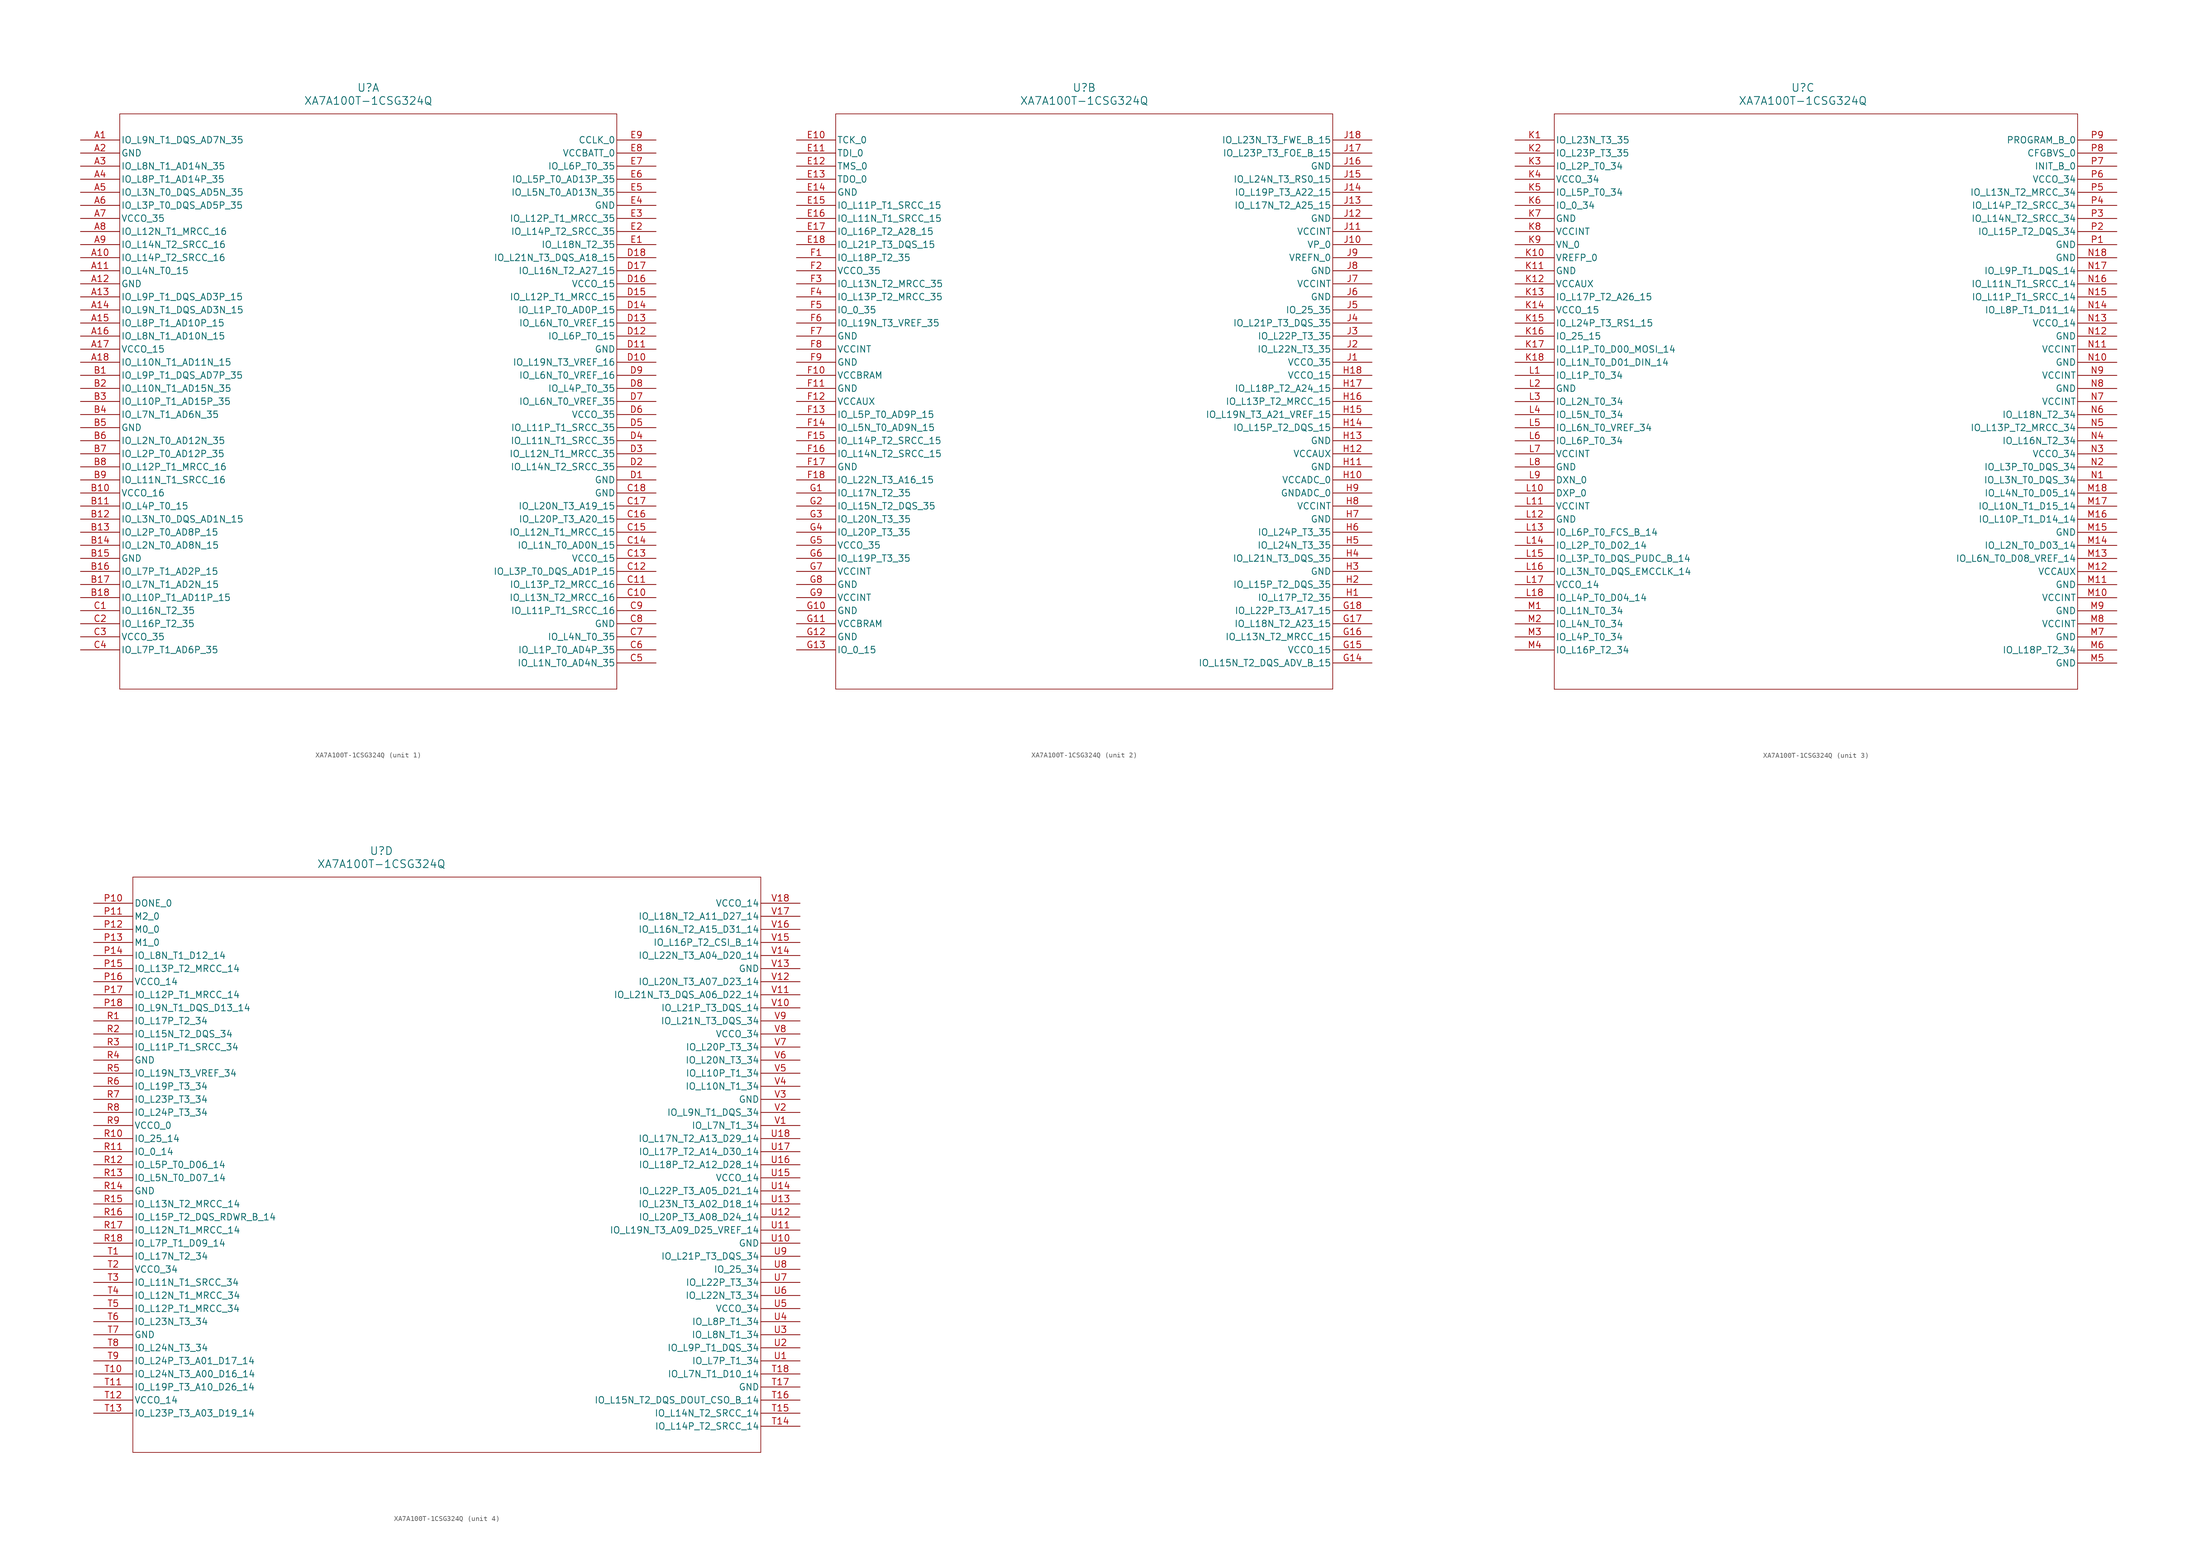
<source format=kicad_sym>
(kicad_symbol_lib
  (version 20211014)
  (generator kicad_symbol_editor)
  (symbol "XA7A100T-1CSG324Q"
    (pin_names
      (offset 0.254))
    (property "Reference" "U"
      (at 55.88 10.16 0)
      (effects (font (size 1.524 1.524))))
    (property "Value" "XA7A100T-1CSG324Q"
      (at 55.88 7.62 0)
      (effects (font (size 1.524 1.524))))
    (symbol "XA7A100T-1CSG324Q_1_1"
      (polyline (pts (xy 7.62 5.08) (xy 7.62 -106.68)) (stroke (width 0.127) (type default) (color 0 0 0 0)) (fill (type none)))
      (polyline (pts (xy 7.62 -106.68) (xy 104.14 -106.68)) (stroke (width 0.127) (type default) (color 0 0 0 0)) (fill (type none)))
      (polyline (pts (xy 104.14 -106.68) (xy 104.14 5.08)) (stroke (width 0.127) (type default) (color 0 0 0 0)) (fill (type none)))
      (polyline (pts (xy 104.14 5.08) (xy 7.62 5.08)) (stroke (width 0.127) (type default) (color 0 0 0 0)) (fill (type none)))
      (pin bidirectional line (at 0 0 0) (length 7.62) (name "IO_L9N_T1_DQS_AD7N_35" (effects (font (size 1.27 1.27)))) (number "A1" (effects (font (size 1.27 1.27)))))
      (pin power_out line (at 0 -2.54 0) (length 7.62) (name "GND" (effects (font (size 1.27 1.27)))) (number "A2" (effects (font (size 1.27 1.27)))))
      (pin bidirectional line (at 0 -5.08 0) (length 7.62) (name "IO_L8N_T1_AD14N_35" (effects (font (size 1.27 1.27)))) (number "A3" (effects (font (size 1.27 1.27)))))
      (pin bidirectional line (at 0 -7.62 0) (length 7.62) (name "IO_L8P_T1_AD14P_35" (effects (font (size 1.27 1.27)))) (number "A4" (effects (font (size 1.27 1.27)))))
      (pin bidirectional line (at 0 -10.16 0) (length 7.62) (name "IO_L3N_T0_DQS_AD5N_35" (effects (font (size 1.27 1.27)))) (number "A5" (effects (font (size 1.27 1.27)))))
      (pin bidirectional line (at 0 -12.7 0) (length 7.62) (name "IO_L3P_T0_DQS_AD5P_35" (effects (font (size 1.27 1.27)))) (number "A6" (effects (font (size 1.27 1.27)))))
      (pin power_in line (at 0 -15.24 0) (length 7.62) (name "VCCO_35" (effects (font (size 1.27 1.27)))) (number "A7" (effects (font (size 1.27 1.27)))))
      (pin bidirectional line (at 0 -17.78 0) (length 7.62) (name "IO_L12N_T1_MRCC_16" (effects (font (size 1.27 1.27)))) (number "A8" (effects (font (size 1.27 1.27)))))
      (pin bidirectional line (at 0 -20.32 0) (length 7.62) (name "IO_L14N_T2_SRCC_16" (effects (font (size 1.27 1.27)))) (number "A9" (effects (font (size 1.27 1.27)))))
      (pin bidirectional line (at 0 -22.86 0) (length 7.62) (name "IO_L14P_T2_SRCC_16" (effects (font (size 1.27 1.27)))) (number "A10" (effects (font (size 1.27 1.27)))))
      (pin bidirectional line (at 0 -25.4 0) (length 7.62) (name "IO_L4N_T0_15" (effects (font (size 1.27 1.27)))) (number "A11" (effects (font (size 1.27 1.27)))))
      (pin power_out line (at 0 -27.94 0) (length 7.62) (name "GND" (effects (font (size 1.27 1.27)))) (number "A12" (effects (font (size 1.27 1.27)))))
      (pin bidirectional line (at 0 -30.48 0) (length 7.62) (name "IO_L9P_T1_DQS_AD3P_15" (effects (font (size 1.27 1.27)))) (number "A13" (effects (font (size 1.27 1.27)))))
      (pin bidirectional line (at 0 -33.02 0) (length 7.62) (name "IO_L9N_T1_DQS_AD3N_15" (effects (font (size 1.27 1.27)))) (number "A14" (effects (font (size 1.27 1.27)))))
      (pin bidirectional line (at 0 -35.56 0) (length 7.62) (name "IO_L8P_T1_AD10P_15" (effects (font (size 1.27 1.27)))) (number "A15" (effects (font (size 1.27 1.27)))))
      (pin bidirectional line (at 0 -38.1 0) (length 7.62) (name "IO_L8N_T1_AD10N_15" (effects (font (size 1.27 1.27)))) (number "A16" (effects (font (size 1.27 1.27)))))
      (pin power_in line (at 0 -40.64 0) (length 7.62) (name "VCCO_15" (effects (font (size 1.27 1.27)))) (number "A17" (effects (font (size 1.27 1.27)))))
      (pin bidirectional line (at 0 -43.18 0) (length 7.62) (name "IO_L10N_T1_AD11N_15" (effects (font (size 1.27 1.27)))) (number "A18" (effects (font (size 1.27 1.27)))))
      (pin bidirectional line (at 0 -45.72 0) (length 7.62) (name "IO_L9P_T1_DQS_AD7P_35" (effects (font (size 1.27 1.27)))) (number "B1" (effects (font (size 1.27 1.27)))))
      (pin bidirectional line (at 0 -48.26 0) (length 7.62) (name "IO_L10N_T1_AD15N_35" (effects (font (size 1.27 1.27)))) (number "B2" (effects (font (size 1.27 1.27)))))
      (pin bidirectional line (at 0 -50.8 0) (length 7.62) (name "IO_L10P_T1_AD15P_35" (effects (font (size 1.27 1.27)))) (number "B3" (effects (font (size 1.27 1.27)))))
      (pin bidirectional line (at 0 -53.34 0) (length 7.62) (name "IO_L7N_T1_AD6N_35" (effects (font (size 1.27 1.27)))) (number "B4" (effects (font (size 1.27 1.27)))))
      (pin power_out line (at 0 -55.88 0) (length 7.62) (name "GND" (effects (font (size 1.27 1.27)))) (number "B5" (effects (font (size 1.27 1.27)))))
      (pin bidirectional line (at 0 -58.42 0) (length 7.62) (name "IO_L2N_T0_AD12N_35" (effects (font (size 1.27 1.27)))) (number "B6" (effects (font (size 1.27 1.27)))))
      (pin bidirectional line (at 0 -60.96 0) (length 7.62) (name "IO_L2P_T0_AD12P_35" (effects (font (size 1.27 1.27)))) (number "B7" (effects (font (size 1.27 1.27)))))
      (pin bidirectional line (at 0 -63.5 0) (length 7.62) (name "IO_L12P_T1_MRCC_16" (effects (font (size 1.27 1.27)))) (number "B8" (effects (font (size 1.27 1.27)))))
      (pin bidirectional line (at 0 -66.04 0) (length 7.62) (name "IO_L11N_T1_SRCC_16" (effects (font (size 1.27 1.27)))) (number "B9" (effects (font (size 1.27 1.27)))))
      (pin power_in line (at 0 -68.58 0) (length 7.62) (name "VCCO_16" (effects (font (size 1.27 1.27)))) (number "B10" (effects (font (size 1.27 1.27)))))
      (pin bidirectional line (at 0 -71.12 0) (length 7.62) (name "IO_L4P_T0_15" (effects (font (size 1.27 1.27)))) (number "B11" (effects (font (size 1.27 1.27)))))
      (pin bidirectional line (at 0 -73.66 0) (length 7.62) (name "IO_L3N_T0_DQS_AD1N_15" (effects (font (size 1.27 1.27)))) (number "B12" (effects (font (size 1.27 1.27)))))
      (pin bidirectional line (at 0 -76.2 0) (length 7.62) (name "IO_L2P_T0_AD8P_15" (effects (font (size 1.27 1.27)))) (number "B13" (effects (font (size 1.27 1.27)))))
      (pin bidirectional line (at 0 -78.74 0) (length 7.62) (name "IO_L2N_T0_AD8N_15" (effects (font (size 1.27 1.27)))) (number "B14" (effects (font (size 1.27 1.27)))))
      (pin power_out line (at 0 -81.28 0) (length 7.62) (name "GND" (effects (font (size 1.27 1.27)))) (number "B15" (effects (font (size 1.27 1.27)))))
      (pin bidirectional line (at 0 -83.82 0) (length 7.62) (name "IO_L7P_T1_AD2P_15" (effects (font (size 1.27 1.27)))) (number "B16" (effects (font (size 1.27 1.27)))))
      (pin bidirectional line (at 0 -86.36 0) (length 7.62) (name "IO_L7N_T1_AD2N_15" (effects (font (size 1.27 1.27)))) (number "B17" (effects (font (size 1.27 1.27)))))
      (pin bidirectional line (at 0 -88.9 0) (length 7.62) (name "IO_L10P_T1_AD11P_15" (effects (font (size 1.27 1.27)))) (number "B18" (effects (font (size 1.27 1.27)))))
      (pin bidirectional line (at 0 -91.44 0) (length 7.62) (name "IO_L16N_T2_35" (effects (font (size 1.27 1.27)))) (number "C1" (effects (font (size 1.27 1.27)))))
      (pin bidirectional line (at 0 -93.98 0) (length 7.62) (name "IO_L16P_T2_35" (effects (font (size 1.27 1.27)))) (number "C2" (effects (font (size 1.27 1.27)))))
      (pin power_in line (at 0 -96.52 0) (length 7.62) (name "VCCO_35" (effects (font (size 1.27 1.27)))) (number "C3" (effects (font (size 1.27 1.27)))))
      (pin bidirectional line (at 0 -99.06 0) (length 7.62) (name "IO_L7P_T1_AD6P_35" (effects (font (size 1.27 1.27)))) (number "C4" (effects (font (size 1.27 1.27)))))
      (pin bidirectional line (at 111.76 -101.6 180) (length 7.62) (name "IO_L1N_T0_AD4N_35" (effects (font (size 1.27 1.27)))) (number "C5" (effects (font (size 1.27 1.27)))))
      (pin bidirectional line (at 111.76 -99.06 180) (length 7.62) (name "IO_L1P_T0_AD4P_35" (effects (font (size 1.27 1.27)))) (number "C6" (effects (font (size 1.27 1.27)))))
      (pin bidirectional line (at 111.76 -96.52 180) (length 7.62) (name "IO_L4N_T0_35" (effects (font (size 1.27 1.27)))) (number "C7" (effects (font (size 1.27 1.27)))))
      (pin power_out line (at 111.76 -93.98 180) (length 7.62) (name "GND" (effects (font (size 1.27 1.27)))) (number "C8" (effects (font (size 1.27 1.27)))))
      (pin bidirectional line (at 111.76 -91.44 180) (length 7.62) (name "IO_L11P_T1_SRCC_16" (effects (font (size 1.27 1.27)))) (number "C9" (effects (font (size 1.27 1.27)))))
      (pin bidirectional line (at 111.76 -88.9 180) (length 7.62) (name "IO_L13N_T2_MRCC_16" (effects (font (size 1.27 1.27)))) (number "C10" (effects (font (size 1.27 1.27)))))
      (pin bidirectional line (at 111.76 -86.36 180) (length 7.62) (name "IO_L13P_T2_MRCC_16" (effects (font (size 1.27 1.27)))) (number "C11" (effects (font (size 1.27 1.27)))))
      (pin bidirectional line (at 111.76 -83.82 180) (length 7.62) (name "IO_L3P_T0_DQS_AD1P_15" (effects (font (size 1.27 1.27)))) (number "C12" (effects (font (size 1.27 1.27)))))
      (pin power_in line (at 111.76 -81.28 180) (length 7.62) (name "VCCO_15" (effects (font (size 1.27 1.27)))) (number "C13" (effects (font (size 1.27 1.27)))))
      (pin bidirectional line (at 111.76 -78.74 180) (length 7.62) (name "IO_L1N_T0_AD0N_15" (effects (font (size 1.27 1.27)))) (number "C14" (effects (font (size 1.27 1.27)))))
      (pin bidirectional line (at 111.76 -76.2 180) (length 7.62) (name "IO_L12N_T1_MRCC_15" (effects (font (size 1.27 1.27)))) (number "C15" (effects (font (size 1.27 1.27)))))
      (pin bidirectional line (at 111.76 -73.66 180) (length 7.62) (name "IO_L20P_T3_A20_15" (effects (font (size 1.27 1.27)))) (number "C16" (effects (font (size 1.27 1.27)))))
      (pin bidirectional line (at 111.76 -71.12 180) (length 7.62) (name "IO_L20N_T3_A19_15" (effects (font (size 1.27 1.27)))) (number "C17" (effects (font (size 1.27 1.27)))))
      (pin power_out line (at 111.76 -68.58 180) (length 7.62) (name "GND" (effects (font (size 1.27 1.27)))) (number "C18" (effects (font (size 1.27 1.27)))))
      (pin power_out line (at 111.76 -66.04 180) (length 7.62) (name "GND" (effects (font (size 1.27 1.27)))) (number "D1" (effects (font (size 1.27 1.27)))))
      (pin bidirectional line (at 111.76 -63.5 180) (length 7.62) (name "IO_L14N_T2_SRCC_35" (effects (font (size 1.27 1.27)))) (number "D2" (effects (font (size 1.27 1.27)))))
      (pin bidirectional line (at 111.76 -60.96 180) (length 7.62) (name "IO_L12N_T1_MRCC_35" (effects (font (size 1.27 1.27)))) (number "D3" (effects (font (size 1.27 1.27)))))
      (pin bidirectional line (at 111.76 -58.42 180) (length 7.62) (name "IO_L11N_T1_SRCC_35" (effects (font (size 1.27 1.27)))) (number "D4" (effects (font (size 1.27 1.27)))))
      (pin bidirectional line (at 111.76 -55.88 180) (length 7.62) (name "IO_L11P_T1_SRCC_35" (effects (font (size 1.27 1.27)))) (number "D5" (effects (font (size 1.27 1.27)))))
      (pin power_in line (at 111.76 -53.34 180) (length 7.62) (name "VCCO_35" (effects (font (size 1.27 1.27)))) (number "D6" (effects (font (size 1.27 1.27)))))
      (pin bidirectional line (at 111.76 -50.8 180) (length 7.62) (name "IO_L6N_T0_VREF_35" (effects (font (size 1.27 1.27)))) (number "D7" (effects (font (size 1.27 1.27)))))
      (pin bidirectional line (at 111.76 -48.26 180) (length 7.62) (name "IO_L4P_T0_35" (effects (font (size 1.27 1.27)))) (number "D8" (effects (font (size 1.27 1.27)))))
      (pin bidirectional line (at 111.76 -45.72 180) (length 7.62) (name "IO_L6N_T0_VREF_16" (effects (font (size 1.27 1.27)))) (number "D9" (effects (font (size 1.27 1.27)))))
      (pin bidirectional line (at 111.76 -43.18 180) (length 7.62) (name "IO_L19N_T3_VREF_16" (effects (font (size 1.27 1.27)))) (number "D10" (effects (font (size 1.27 1.27)))))
      (pin power_out line (at 111.76 -40.64 180) (length 7.62) (name "GND" (effects (font (size 1.27 1.27)))) (number "D11" (effects (font (size 1.27 1.27)))))
      (pin bidirectional line (at 111.76 -38.1 180) (length 7.62) (name "IO_L6P_T0_15" (effects (font (size 1.27 1.27)))) (number "D12" (effects (font (size 1.27 1.27)))))
      (pin bidirectional line (at 111.76 -35.56 180) (length 7.62) (name "IO_L6N_T0_VREF_15" (effects (font (size 1.27 1.27)))) (number "D13" (effects (font (size 1.27 1.27)))))
      (pin bidirectional line (at 111.76 -33.02 180) (length 7.62) (name "IO_L1P_T0_AD0P_15" (effects (font (size 1.27 1.27)))) (number "D14" (effects (font (size 1.27 1.27)))))
      (pin bidirectional line (at 111.76 -30.48 180) (length 7.62) (name "IO_L12P_T1_MRCC_15" (effects (font (size 1.27 1.27)))) (number "D15" (effects (font (size 1.27 1.27)))))
      (pin power_in line (at 111.76 -27.94 180) (length 7.62) (name "VCCO_15" (effects (font (size 1.27 1.27)))) (number "D16" (effects (font (size 1.27 1.27)))))
      (pin bidirectional line (at 111.76 -25.4 180) (length 7.62) (name "IO_L16N_T2_A27_15" (effects (font (size 1.27 1.27)))) (number "D17" (effects (font (size 1.27 1.27)))))
      (pin bidirectional line (at 111.76 -22.86 180) (length 7.62) (name "IO_L21N_T3_DQS_A18_15" (effects (font (size 1.27 1.27)))) (number "D18" (effects (font (size 1.27 1.27)))))
      (pin bidirectional line (at 111.76 -20.32 180) (length 7.62) (name "IO_L18N_T2_35" (effects (font (size 1.27 1.27)))) (number "E1" (effects (font (size 1.27 1.27)))))
      (pin bidirectional line (at 111.76 -17.78 180) (length 7.62) (name "IO_L14P_T2_SRCC_35" (effects (font (size 1.27 1.27)))) (number "E2" (effects (font (size 1.27 1.27)))))
      (pin bidirectional line (at 111.76 -15.24 180) (length 7.62) (name "IO_L12P_T1_MRCC_35" (effects (font (size 1.27 1.27)))) (number "E3" (effects (font (size 1.27 1.27)))))
      (pin power_out line (at 111.76 -12.7 180) (length 7.62) (name "GND" (effects (font (size 1.27 1.27)))) (number "E4" (effects (font (size 1.27 1.27)))))
      (pin bidirectional line (at 111.76 -10.16 180) (length 7.62) (name "IO_L5N_T0_AD13N_35" (effects (font (size 1.27 1.27)))) (number "E5" (effects (font (size 1.27 1.27)))))
      (pin bidirectional line (at 111.76 -7.62 180) (length 7.62) (name "IO_L5P_T0_AD13P_35" (effects (font (size 1.27 1.27)))) (number "E6" (effects (font (size 1.27 1.27)))))
      (pin bidirectional line (at 111.76 -5.08 180) (length 7.62) (name "IO_L6P_T0_35" (effects (font (size 1.27 1.27)))) (number "E7" (effects (font (size 1.27 1.27)))))
      (pin power_in line (at 111.76 -2.54 180) (length 7.62) (name "VCCBATT_0" (effects (font (size 1.27 1.27)))) (number "E8" (effects (font (size 1.27 1.27)))))
      (pin bidirectional line (at 111.76 0 180) (length 7.62) (name "CCLK_0" (effects (font (size 1.27 1.27)))) (number "E9" (effects (font (size 1.27 1.27))))))
    (symbol "XA7A100T-1CSG324Q_2_1"
      (polyline (pts (xy 7.62 5.08) (xy 7.62 -106.68)) (stroke (width 0.127) (type default) (color 0 0 0 0)) (fill (type none)))
      (polyline (pts (xy 7.62 -106.68) (xy 104.14 -106.68)) (stroke (width 0.127) (type default) (color 0 0 0 0)) (fill (type none)))
      (polyline (pts (xy 104.14 -106.68) (xy 104.14 5.08)) (stroke (width 0.127) (type default) (color 0 0 0 0)) (fill (type none)))
      (polyline (pts (xy 104.14 5.08) (xy 7.62 5.08)) (stroke (width 0.127) (type default) (color 0 0 0 0)) (fill (type none)))
      (pin input line (at 0 0 0) (length 7.62) (name "TCK_0" (effects (font (size 1.27 1.27)))) (number "E10" (effects (font (size 1.27 1.27)))))
      (pin input line (at 0 -2.54 0) (length 7.62) (name "TDI_0" (effects (font (size 1.27 1.27)))) (number "E11" (effects (font (size 1.27 1.27)))))
      (pin input line (at 0 -5.08 0) (length 7.62) (name "TMS_0" (effects (font (size 1.27 1.27)))) (number "E12" (effects (font (size 1.27 1.27)))))
      (pin output line (at 0 -7.62 0) (length 7.62) (name "TDO_0" (effects (font (size 1.27 1.27)))) (number "E13" (effects (font (size 1.27 1.27)))))
      (pin power_out line (at 0 -10.16 0) (length 7.62) (name "GND" (effects (font (size 1.27 1.27)))) (number "E14" (effects (font (size 1.27 1.27)))))
      (pin bidirectional line (at 0 -12.7 0) (length 7.62) (name "IO_L11P_T1_SRCC_15" (effects (font (size 1.27 1.27)))) (number "E15" (effects (font (size 1.27 1.27)))))
      (pin bidirectional line (at 0 -15.24 0) (length 7.62) (name "IO_L11N_T1_SRCC_15" (effects (font (size 1.27 1.27)))) (number "E16" (effects (font (size 1.27 1.27)))))
      (pin bidirectional line (at 0 -17.78 0) (length 7.62) (name "IO_L16P_T2_A28_15" (effects (font (size 1.27 1.27)))) (number "E17" (effects (font (size 1.27 1.27)))))
      (pin bidirectional line (at 0 -20.32 0) (length 7.62) (name "IO_L21P_T3_DQS_15" (effects (font (size 1.27 1.27)))) (number "E18" (effects (font (size 1.27 1.27)))))
      (pin bidirectional line (at 0 -22.86 0) (length 7.62) (name "IO_L18P_T2_35" (effects (font (size 1.27 1.27)))) (number "F1" (effects (font (size 1.27 1.27)))))
      (pin power_in line (at 0 -25.4 0) (length 7.62) (name "VCCO_35" (effects (font (size 1.27 1.27)))) (number "F2" (effects (font (size 1.27 1.27)))))
      (pin bidirectional line (at 0 -27.94 0) (length 7.62) (name "IO_L13N_T2_MRCC_35" (effects (font (size 1.27 1.27)))) (number "F3" (effects (font (size 1.27 1.27)))))
      (pin bidirectional line (at 0 -30.48 0) (length 7.62) (name "IO_L13P_T2_MRCC_35" (effects (font (size 1.27 1.27)))) (number "F4" (effects (font (size 1.27 1.27)))))
      (pin bidirectional line (at 0 -33.02 0) (length 7.62) (name "IO_0_35" (effects (font (size 1.27 1.27)))) (number "F5" (effects (font (size 1.27 1.27)))))
      (pin bidirectional line (at 0 -35.56 0) (length 7.62) (name "IO_L19N_T3_VREF_35" (effects (font (size 1.27 1.27)))) (number "F6" (effects (font (size 1.27 1.27)))))
      (pin power_out line (at 0 -38.1 0) (length 7.62) (name "GND" (effects (font (size 1.27 1.27)))) (number "F7" (effects (font (size 1.27 1.27)))))
      (pin power_in line (at 0 -40.64 0) (length 7.62) (name "VCCINT" (effects (font (size 1.27 1.27)))) (number "F8" (effects (font (size 1.27 1.27)))))
      (pin power_out line (at 0 -43.18 0) (length 7.62) (name "GND" (effects (font (size 1.27 1.27)))) (number "F9" (effects (font (size 1.27 1.27)))))
      (pin power_in line (at 0 -45.72 0) (length 7.62) (name "VCCBRAM" (effects (font (size 1.27 1.27)))) (number "F10" (effects (font (size 1.27 1.27)))))
      (pin power_out line (at 0 -48.26 0) (length 7.62) (name "GND" (effects (font (size 1.27 1.27)))) (number "F11" (effects (font (size 1.27 1.27)))))
      (pin power_in line (at 0 -50.8 0) (length 7.62) (name "VCCAUX" (effects (font (size 1.27 1.27)))) (number "F12" (effects (font (size 1.27 1.27)))))
      (pin bidirectional line (at 0 -53.34 0) (length 7.62) (name "IO_L5P_T0_AD9P_15" (effects (font (size 1.27 1.27)))) (number "F13" (effects (font (size 1.27 1.27)))))
      (pin bidirectional line (at 0 -55.88 0) (length 7.62) (name "IO_L5N_T0_AD9N_15" (effects (font (size 1.27 1.27)))) (number "F14" (effects (font (size 1.27 1.27)))))
      (pin bidirectional line (at 0 -58.42 0) (length 7.62) (name "IO_L14P_T2_SRCC_15" (effects (font (size 1.27 1.27)))) (number "F15" (effects (font (size 1.27 1.27)))))
      (pin bidirectional line (at 0 -60.96 0) (length 7.62) (name "IO_L14N_T2_SRCC_15" (effects (font (size 1.27 1.27)))) (number "F16" (effects (font (size 1.27 1.27)))))
      (pin power_out line (at 0 -63.5 0) (length 7.62) (name "GND" (effects (font (size 1.27 1.27)))) (number "F17" (effects (font (size 1.27 1.27)))))
      (pin bidirectional line (at 0 -66.04 0) (length 7.62) (name "IO_L22N_T3_A16_15" (effects (font (size 1.27 1.27)))) (number "F18" (effects (font (size 1.27 1.27)))))
      (pin bidirectional line (at 0 -68.58 0) (length 7.62) (name "IO_L17N_T2_35" (effects (font (size 1.27 1.27)))) (number "G1" (effects (font (size 1.27 1.27)))))
      (pin bidirectional line (at 0 -71.12 0) (length 7.62) (name "IO_L15N_T2_DQS_35" (effects (font (size 1.27 1.27)))) (number "G2" (effects (font (size 1.27 1.27)))))
      (pin bidirectional line (at 0 -73.66 0) (length 7.62) (name "IO_L20N_T3_35" (effects (font (size 1.27 1.27)))) (number "G3" (effects (font (size 1.27 1.27)))))
      (pin bidirectional line (at 0 -76.2 0) (length 7.62) (name "IO_L20P_T3_35" (effects (font (size 1.27 1.27)))) (number "G4" (effects (font (size 1.27 1.27)))))
      (pin power_in line (at 0 -78.74 0) (length 7.62) (name "VCCO_35" (effects (font (size 1.27 1.27)))) (number "G5" (effects (font (size 1.27 1.27)))))
      (pin bidirectional line (at 0 -81.28 0) (length 7.62) (name "IO_L19P_T3_35" (effects (font (size 1.27 1.27)))) (number "G6" (effects (font (size 1.27 1.27)))))
      (pin power_in line (at 0 -83.82 0) (length 7.62) (name "VCCINT" (effects (font (size 1.27 1.27)))) (number "G7" (effects (font (size 1.27 1.27)))))
      (pin power_out line (at 0 -86.36 0) (length 7.62) (name "GND" (effects (font (size 1.27 1.27)))) (number "G8" (effects (font (size 1.27 1.27)))))
      (pin power_in line (at 0 -88.9 0) (length 7.62) (name "VCCINT" (effects (font (size 1.27 1.27)))) (number "G9" (effects (font (size 1.27 1.27)))))
      (pin power_out line (at 0 -91.44 0) (length 7.62) (name "GND" (effects (font (size 1.27 1.27)))) (number "G10" (effects (font (size 1.27 1.27)))))
      (pin power_in line (at 0 -93.98 0) (length 7.62) (name "VCCBRAM" (effects (font (size 1.27 1.27)))) (number "G11" (effects (font (size 1.27 1.27)))))
      (pin power_out line (at 0 -96.52 0) (length 7.62) (name "GND" (effects (font (size 1.27 1.27)))) (number "G12" (effects (font (size 1.27 1.27)))))
      (pin bidirectional line (at 0 -99.06 0) (length 7.62) (name "IO_0_15" (effects (font (size 1.27 1.27)))) (number "G13" (effects (font (size 1.27 1.27)))))
      (pin bidirectional line (at 111.76 -101.6 180) (length 7.62) (name "IO_L15N_T2_DQS_ADV_B_15" (effects (font (size 1.27 1.27)))) (number "G14" (effects (font (size 1.27 1.27)))))
      (pin power_in line (at 111.76 -99.06 180) (length 7.62) (name "VCCO_15" (effects (font (size 1.27 1.27)))) (number "G15" (effects (font (size 1.27 1.27)))))
      (pin bidirectional line (at 111.76 -96.52 180) (length 7.62) (name "IO_L13N_T2_MRCC_15" (effects (font (size 1.27 1.27)))) (number "G16" (effects (font (size 1.27 1.27)))))
      (pin bidirectional line (at 111.76 -93.98 180) (length 7.62) (name "IO_L18N_T2_A23_15" (effects (font (size 1.27 1.27)))) (number "G17" (effects (font (size 1.27 1.27)))))
      (pin bidirectional line (at 111.76 -91.44 180) (length 7.62) (name "IO_L22P_T3_A17_15" (effects (font (size 1.27 1.27)))) (number "G18" (effects (font (size 1.27 1.27)))))
      (pin bidirectional line (at 111.76 -88.9 180) (length 7.62) (name "IO_L17P_T2_35" (effects (font (size 1.27 1.27)))) (number "H1" (effects (font (size 1.27 1.27)))))
      (pin bidirectional line (at 111.76 -86.36 180) (length 7.62) (name "IO_L15P_T2_DQS_35" (effects (font (size 1.27 1.27)))) (number "H2" (effects (font (size 1.27 1.27)))))
      (pin power_out line (at 111.76 -83.82 180) (length 7.62) (name "GND" (effects (font (size 1.27 1.27)))) (number "H3" (effects (font (size 1.27 1.27)))))
      (pin bidirectional line (at 111.76 -81.28 180) (length 7.62) (name "IO_L21N_T3_DQS_35" (effects (font (size 1.27 1.27)))) (number "H4" (effects (font (size 1.27 1.27)))))
      (pin bidirectional line (at 111.76 -78.74 180) (length 7.62) (name "IO_L24N_T3_35" (effects (font (size 1.27 1.27)))) (number "H5" (effects (font (size 1.27 1.27)))))
      (pin bidirectional line (at 111.76 -76.2 180) (length 7.62) (name "IO_L24P_T3_35" (effects (font (size 1.27 1.27)))) (number "H6" (effects (font (size 1.27 1.27)))))
      (pin power_out line (at 111.76 -73.66 180) (length 7.62) (name "GND" (effects (font (size 1.27 1.27)))) (number "H7" (effects (font (size 1.27 1.27)))))
      (pin power_in line (at 111.76 -71.12 180) (length 7.62) (name "VCCINT" (effects (font (size 1.27 1.27)))) (number "H8" (effects (font (size 1.27 1.27)))))
      (pin power_out line (at 111.76 -68.58 180) (length 7.62) (name "GNDADC_0" (effects (font (size 1.27 1.27)))) (number "H9" (effects (font (size 1.27 1.27)))))
      (pin power_in line (at 111.76 -66.04 180) (length 7.62) (name "VCCADC_0" (effects (font (size 1.27 1.27)))) (number "H10" (effects (font (size 1.27 1.27)))))
      (pin power_out line (at 111.76 -63.5 180) (length 7.62) (name "GND" (effects (font (size 1.27 1.27)))) (number "H11" (effects (font (size 1.27 1.27)))))
      (pin power_in line (at 111.76 -60.96 180) (length 7.62) (name "VCCAUX" (effects (font (size 1.27 1.27)))) (number "H12" (effects (font (size 1.27 1.27)))))
      (pin power_out line (at 111.76 -58.42 180) (length 7.62) (name "GND" (effects (font (size 1.27 1.27)))) (number "H13" (effects (font (size 1.27 1.27)))))
      (pin bidirectional line (at 111.76 -55.88 180) (length 7.62) (name "IO_L15P_T2_DQS_15" (effects (font (size 1.27 1.27)))) (number "H14" (effects (font (size 1.27 1.27)))))
      (pin bidirectional line (at 111.76 -53.34 180) (length 7.62) (name "IO_L19N_T3_A21_VREF_15" (effects (font (size 1.27 1.27)))) (number "H15" (effects (font (size 1.27 1.27)))))
      (pin bidirectional line (at 111.76 -50.8 180) (length 7.62) (name "IO_L13P_T2_MRCC_15" (effects (font (size 1.27 1.27)))) (number "H16" (effects (font (size 1.27 1.27)))))
      (pin bidirectional line (at 111.76 -48.26 180) (length 7.62) (name "IO_L18P_T2_A24_15" (effects (font (size 1.27 1.27)))) (number "H17" (effects (font (size 1.27 1.27)))))
      (pin power_in line (at 111.76 -45.72 180) (length 7.62) (name "VCCO_15" (effects (font (size 1.27 1.27)))) (number "H18" (effects (font (size 1.27 1.27)))))
      (pin power_in line (at 111.76 -43.18 180) (length 7.62) (name "VCCO_35" (effects (font (size 1.27 1.27)))) (number "J1" (effects (font (size 1.27 1.27)))))
      (pin bidirectional line (at 111.76 -40.64 180) (length 7.62) (name "IO_L22N_T3_35" (effects (font (size 1.27 1.27)))) (number "J2" (effects (font (size 1.27 1.27)))))
      (pin bidirectional line (at 111.76 -38.1 180) (length 7.62) (name "IO_L22P_T3_35" (effects (font (size 1.27 1.27)))) (number "J3" (effects (font (size 1.27 1.27)))))
      (pin bidirectional line (at 111.76 -35.56 180) (length 7.62) (name "IO_L21P_T3_DQS_35" (effects (font (size 1.27 1.27)))) (number "J4" (effects (font (size 1.27 1.27)))))
      (pin bidirectional line (at 111.76 -33.02 180) (length 7.62) (name "IO_25_35" (effects (font (size 1.27 1.27)))) (number "J5" (effects (font (size 1.27 1.27)))))
      (pin power_out line (at 111.76 -30.48 180) (length 7.62) (name "GND" (effects (font (size 1.27 1.27)))) (number "J6" (effects (font (size 1.27 1.27)))))
      (pin power_in line (at 111.76 -27.94 180) (length 7.62) (name "VCCINT" (effects (font (size 1.27 1.27)))) (number "J7" (effects (font (size 1.27 1.27)))))
      (pin power_out line (at 111.76 -25.4 180) (length 7.62) (name "GND" (effects (font (size 1.27 1.27)))) (number "J8" (effects (font (size 1.27 1.27)))))
      (pin power_in line (at 111.76 -22.86 180) (length 7.62) (name "VREFN_0" (effects (font (size 1.27 1.27)))) (number "J9" (effects (font (size 1.27 1.27)))))
      (pin input line (at 111.76 -20.32 180) (length 7.62) (name "VP_0" (effects (font (size 1.27 1.27)))) (number "J10" (effects (font (size 1.27 1.27)))))
      (pin power_in line (at 111.76 -17.78 180) (length 7.62) (name "VCCINT" (effects (font (size 1.27 1.27)))) (number "J11" (effects (font (size 1.27 1.27)))))
      (pin power_out line (at 111.76 -15.24 180) (length 7.62) (name "GND" (effects (font (size 1.27 1.27)))) (number "J12" (effects (font (size 1.27 1.27)))))
      (pin bidirectional line (at 111.76 -12.7 180) (length 7.62) (name "IO_L17N_T2_A25_15" (effects (font (size 1.27 1.27)))) (number "J13" (effects (font (size 1.27 1.27)))))
      (pin bidirectional line (at 111.76 -10.16 180) (length 7.62) (name "IO_L19P_T3_A22_15" (effects (font (size 1.27 1.27)))) (number "J14" (effects (font (size 1.27 1.27)))))
      (pin bidirectional line (at 111.76 -7.62 180) (length 7.62) (name "IO_L24N_T3_RS0_15" (effects (font (size 1.27 1.27)))) (number "J15" (effects (font (size 1.27 1.27)))))
      (pin power_out line (at 111.76 -5.08 180) (length 7.62) (name "GND" (effects (font (size 1.27 1.27)))) (number "J16" (effects (font (size 1.27 1.27)))))
      (pin bidirectional line (at 111.76 -2.54 180) (length 7.62) (name "IO_L23P_T3_FOE_B_15" (effects (font (size 1.27 1.27)))) (number "J17" (effects (font (size 1.27 1.27)))))
      (pin bidirectional line (at 111.76 0 180) (length 7.62) (name "IO_L23N_T3_FWE_B_15" (effects (font (size 1.27 1.27)))) (number "J18" (effects (font (size 1.27 1.27))))))
    (symbol "XA7A100T-1CSG324Q_3_1"
      (polyline (pts (xy 7.62 5.08) (xy 7.62 -106.68)) (stroke (width 0.127) (type default) (color 0 0 0 0)) (fill (type none)))
      (polyline (pts (xy 7.62 -106.68) (xy 109.22 -106.68)) (stroke (width 0.127) (type default) (color 0 0 0 0)) (fill (type none)))
      (polyline (pts (xy 109.22 -106.68) (xy 109.22 5.08)) (stroke (width 0.127) (type default) (color 0 0 0 0)) (fill (type none)))
      (polyline (pts (xy 109.22 5.08) (xy 7.62 5.08)) (stroke (width 0.127) (type default) (color 0 0 0 0)) (fill (type none)))
      (pin bidirectional line (at 0 0 0) (length 7.62) (name "IO_L23N_T3_35" (effects (font (size 1.27 1.27)))) (number "K1" (effects (font (size 1.27 1.27)))))
      (pin bidirectional line (at 0 -2.54 0) (length 7.62) (name "IO_L23P_T3_35" (effects (font (size 1.27 1.27)))) (number "K2" (effects (font (size 1.27 1.27)))))
      (pin bidirectional line (at 0 -5.08 0) (length 7.62) (name "IO_L2P_T0_34" (effects (font (size 1.27 1.27)))) (number "K3" (effects (font (size 1.27 1.27)))))
      (pin power_in line (at 0 -7.62 0) (length 7.62) (name "VCCO_34" (effects (font (size 1.27 1.27)))) (number "K4" (effects (font (size 1.27 1.27)))))
      (pin bidirectional line (at 0 -10.16 0) (length 7.62) (name "IO_L5P_T0_34" (effects (font (size 1.27 1.27)))) (number "K5" (effects (font (size 1.27 1.27)))))
      (pin bidirectional line (at 0 -12.7 0) (length 7.62) (name "IO_0_34" (effects (font (size 1.27 1.27)))) (number "K6" (effects (font (size 1.27 1.27)))))
      (pin power_out line (at 0 -15.24 0) (length 7.62) (name "GND" (effects (font (size 1.27 1.27)))) (number "K7" (effects (font (size 1.27 1.27)))))
      (pin power_in line (at 0 -17.78 0) (length 7.62) (name "VCCINT" (effects (font (size 1.27 1.27)))) (number "K8" (effects (font (size 1.27 1.27)))))
      (pin input line (at 0 -20.32 0) (length 7.62) (name "VN_0" (effects (font (size 1.27 1.27)))) (number "K9" (effects (font (size 1.27 1.27)))))
      (pin power_in line (at 0 -22.86 0) (length 7.62) (name "VREFP_0" (effects (font (size 1.27 1.27)))) (number "K10" (effects (font (size 1.27 1.27)))))
      (pin power_out line (at 0 -25.4 0) (length 7.62) (name "GND" (effects (font (size 1.27 1.27)))) (number "K11" (effects (font (size 1.27 1.27)))))
      (pin power_in line (at 0 -27.94 0) (length 7.62) (name "VCCAUX" (effects (font (size 1.27 1.27)))) (number "K12" (effects (font (size 1.27 1.27)))))
      (pin bidirectional line (at 0 -30.48 0) (length 7.62) (name "IO_L17P_T2_A26_15" (effects (font (size 1.27 1.27)))) (number "K13" (effects (font (size 1.27 1.27)))))
      (pin power_in line (at 0 -33.02 0) (length 7.62) (name "VCCO_15" (effects (font (size 1.27 1.27)))) (number "K14" (effects (font (size 1.27 1.27)))))
      (pin bidirectional line (at 0 -35.56 0) (length 7.62) (name "IO_L24P_T3_RS1_15" (effects (font (size 1.27 1.27)))) (number "K15" (effects (font (size 1.27 1.27)))))
      (pin bidirectional line (at 0 -38.1 0) (length 7.62) (name "IO_25_15" (effects (font (size 1.27 1.27)))) (number "K16" (effects (font (size 1.27 1.27)))))
      (pin bidirectional line (at 0 -40.64 0) (length 7.62) (name "IO_L1P_T0_D00_MOSI_14" (effects (font (size 1.27 1.27)))) (number "K17" (effects (font (size 1.27 1.27)))))
      (pin bidirectional line (at 0 -43.18 0) (length 7.62) (name "IO_L1N_T0_D01_DIN_14" (effects (font (size 1.27 1.27)))) (number "K18" (effects (font (size 1.27 1.27)))))
      (pin bidirectional line (at 0 -45.72 0) (length 7.62) (name "IO_L1P_T0_34" (effects (font (size 1.27 1.27)))) (number "L1" (effects (font (size 1.27 1.27)))))
      (pin power_out line (at 0 -48.26 0) (length 7.62) (name "GND" (effects (font (size 1.27 1.27)))) (number "L2" (effects (font (size 1.27 1.27)))))
      (pin bidirectional line (at 0 -50.8 0) (length 7.62) (name "IO_L2N_T0_34" (effects (font (size 1.27 1.27)))) (number "L3" (effects (font (size 1.27 1.27)))))
      (pin bidirectional line (at 0 -53.34 0) (length 7.62) (name "IO_L5N_T0_34" (effects (font (size 1.27 1.27)))) (number "L4" (effects (font (size 1.27 1.27)))))
      (pin bidirectional line (at 0 -55.88 0) (length 7.62) (name "IO_L6N_T0_VREF_34" (effects (font (size 1.27 1.27)))) (number "L5" (effects (font (size 1.27 1.27)))))
      (pin bidirectional line (at 0 -58.42 0) (length 7.62) (name "IO_L6P_T0_34" (effects (font (size 1.27 1.27)))) (number "L6" (effects (font (size 1.27 1.27)))))
      (pin power_in line (at 0 -60.96 0) (length 7.62) (name "VCCINT" (effects (font (size 1.27 1.27)))) (number "L7" (effects (font (size 1.27 1.27)))))
      (pin power_out line (at 0 -63.5 0) (length 7.62) (name "GND" (effects (font (size 1.27 1.27)))) (number "L8" (effects (font (size 1.27 1.27)))))
      (pin unspecified line (at 0 -66.04 0) (length 7.62) (name "DXN_0" (effects (font (size 1.27 1.27)))) (number "L9" (effects (font (size 1.27 1.27)))))
      (pin unspecified line (at 0 -68.58 0) (length 7.62) (name "DXP_0" (effects (font (size 1.27 1.27)))) (number "L10" (effects (font (size 1.27 1.27)))))
      (pin power_in line (at 0 -71.12 0) (length 7.62) (name "VCCINT" (effects (font (size 1.27 1.27)))) (number "L11" (effects (font (size 1.27 1.27)))))
      (pin power_out line (at 0 -73.66 0) (length 7.62) (name "GND" (effects (font (size 1.27 1.27)))) (number "L12" (effects (font (size 1.27 1.27)))))
      (pin bidirectional line (at 0 -76.2 0) (length 7.62) (name "IO_L6P_T0_FCS_B_14" (effects (font (size 1.27 1.27)))) (number "L13" (effects (font (size 1.27 1.27)))))
      (pin bidirectional line (at 0 -78.74 0) (length 7.62) (name "IO_L2P_T0_D02_14" (effects (font (size 1.27 1.27)))) (number "L14" (effects (font (size 1.27 1.27)))))
      (pin bidirectional line (at 0 -81.28 0) (length 7.62) (name "IO_L3P_T0_DQS_PUDC_B_14" (effects (font (size 1.27 1.27)))) (number "L15" (effects (font (size 1.27 1.27)))))
      (pin bidirectional line (at 0 -83.82 0) (length 7.62) (name "IO_L3N_T0_DQS_EMCCLK_14" (effects (font (size 1.27 1.27)))) (number "L16" (effects (font (size 1.27 1.27)))))
      (pin power_in line (at 0 -86.36 0) (length 7.62) (name "VCCO_14" (effects (font (size 1.27 1.27)))) (number "L17" (effects (font (size 1.27 1.27)))))
      (pin bidirectional line (at 0 -88.9 0) (length 7.62) (name "IO_L4P_T0_D04_14" (effects (font (size 1.27 1.27)))) (number "L18" (effects (font (size 1.27 1.27)))))
      (pin bidirectional line (at 0 -91.44 0) (length 7.62) (name "IO_L1N_T0_34" (effects (font (size 1.27 1.27)))) (number "M1" (effects (font (size 1.27 1.27)))))
      (pin bidirectional line (at 0 -93.98 0) (length 7.62) (name "IO_L4N_T0_34" (effects (font (size 1.27 1.27)))) (number "M2" (effects (font (size 1.27 1.27)))))
      (pin bidirectional line (at 0 -96.52 0) (length 7.62) (name "IO_L4P_T0_34" (effects (font (size 1.27 1.27)))) (number "M3" (effects (font (size 1.27 1.27)))))
      (pin bidirectional line (at 0 -99.06 0) (length 7.62) (name "IO_L16P_T2_34" (effects (font (size 1.27 1.27)))) (number "M4" (effects (font (size 1.27 1.27)))))
      (pin power_out line (at 116.84 -101.6 180) (length 7.62) (name "GND" (effects (font (size 1.27 1.27)))) (number "M5" (effects (font (size 1.27 1.27)))))
      (pin bidirectional line (at 116.84 -99.06 180) (length 7.62) (name "IO_L18P_T2_34" (effects (font (size 1.27 1.27)))) (number "M6" (effects (font (size 1.27 1.27)))))
      (pin power_out line (at 116.84 -96.52 180) (length 7.62) (name "GND" (effects (font (size 1.27 1.27)))) (number "M7" (effects (font (size 1.27 1.27)))))
      (pin power_in line (at 116.84 -93.98 180) (length 7.62) (name "VCCINT" (effects (font (size 1.27 1.27)))) (number "M8" (effects (font (size 1.27 1.27)))))
      (pin power_out line (at 116.84 -91.44 180) (length 7.62) (name "GND" (effects (font (size 1.27 1.27)))) (number "M9" (effects (font (size 1.27 1.27)))))
      (pin power_in line (at 116.84 -88.9 180) (length 7.62) (name "VCCINT" (effects (font (size 1.27 1.27)))) (number "M10" (effects (font (size 1.27 1.27)))))
      (pin power_out line (at 116.84 -86.36 180) (length 7.62) (name "GND" (effects (font (size 1.27 1.27)))) (number "M11" (effects (font (size 1.27 1.27)))))
      (pin power_in line (at 116.84 -83.82 180) (length 7.62) (name "VCCAUX" (effects (font (size 1.27 1.27)))) (number "M12" (effects (font (size 1.27 1.27)))))
      (pin bidirectional line (at 116.84 -81.28 180) (length 7.62) (name "IO_L6N_T0_D08_VREF_14" (effects (font (size 1.27 1.27)))) (number "M13" (effects (font (size 1.27 1.27)))))
      (pin bidirectional line (at 116.84 -78.74 180) (length 7.62) (name "IO_L2N_T0_D03_14" (effects (font (size 1.27 1.27)))) (number "M14" (effects (font (size 1.27 1.27)))))
      (pin power_out line (at 116.84 -76.2 180) (length 7.62) (name "GND" (effects (font (size 1.27 1.27)))) (number "M15" (effects (font (size 1.27 1.27)))))
      (pin bidirectional line (at 116.84 -73.66 180) (length 7.62) (name "IO_L10P_T1_D14_14" (effects (font (size 1.27 1.27)))) (number "M16" (effects (font (size 1.27 1.27)))))
      (pin bidirectional line (at 116.84 -71.12 180) (length 7.62) (name "IO_L10N_T1_D15_14" (effects (font (size 1.27 1.27)))) (number "M17" (effects (font (size 1.27 1.27)))))
      (pin bidirectional line (at 116.84 -68.58 180) (length 7.62) (name "IO_L4N_T0_D05_14" (effects (font (size 1.27 1.27)))) (number "M18" (effects (font (size 1.27 1.27)))))
      (pin bidirectional line (at 116.84 -66.04 180) (length 7.62) (name "IO_L3N_T0_DQS_34" (effects (font (size 1.27 1.27)))) (number "N1" (effects (font (size 1.27 1.27)))))
      (pin bidirectional line (at 116.84 -63.5 180) (length 7.62) (name "IO_L3P_T0_DQS_34" (effects (font (size 1.27 1.27)))) (number "N2" (effects (font (size 1.27 1.27)))))
      (pin power_in line (at 116.84 -60.96 180) (length 7.62) (name "VCCO_34" (effects (font (size 1.27 1.27)))) (number "N3" (effects (font (size 1.27 1.27)))))
      (pin bidirectional line (at 116.84 -58.42 180) (length 7.62) (name "IO_L16N_T2_34" (effects (font (size 1.27 1.27)))) (number "N4" (effects (font (size 1.27 1.27)))))
      (pin bidirectional line (at 116.84 -55.88 180) (length 7.62) (name "IO_L13P_T2_MRCC_34" (effects (font (size 1.27 1.27)))) (number "N5" (effects (font (size 1.27 1.27)))))
      (pin bidirectional line (at 116.84 -53.34 180) (length 7.62) (name "IO_L18N_T2_34" (effects (font (size 1.27 1.27)))) (number "N6" (effects (font (size 1.27 1.27)))))
      (pin power_in line (at 116.84 -50.8 180) (length 7.62) (name "VCCINT" (effects (font (size 1.27 1.27)))) (number "N7" (effects (font (size 1.27 1.27)))))
      (pin power_out line (at 116.84 -48.26 180) (length 7.62) (name "GND" (effects (font (size 1.27 1.27)))) (number "N8" (effects (font (size 1.27 1.27)))))
      (pin power_in line (at 116.84 -45.72 180) (length 7.62) (name "VCCINT" (effects (font (size 1.27 1.27)))) (number "N9" (effects (font (size 1.27 1.27)))))
      (pin power_out line (at 116.84 -43.18 180) (length 7.62) (name "GND" (effects (font (size 1.27 1.27)))) (number "N10" (effects (font (size 1.27 1.27)))))
      (pin power_in line (at 116.84 -40.64 180) (length 7.62) (name "VCCINT" (effects (font (size 1.27 1.27)))) (number "N11" (effects (font (size 1.27 1.27)))))
      (pin power_out line (at 116.84 -38.1 180) (length 7.62) (name "GND" (effects (font (size 1.27 1.27)))) (number "N12" (effects (font (size 1.27 1.27)))))
      (pin power_in line (at 116.84 -35.56 180) (length 7.62) (name "VCCO_14" (effects (font (size 1.27 1.27)))) (number "N13" (effects (font (size 1.27 1.27)))))
      (pin bidirectional line (at 116.84 -33.02 180) (length 7.62) (name "IO_L8P_T1_D11_14" (effects (font (size 1.27 1.27)))) (number "N14" (effects (font (size 1.27 1.27)))))
      (pin bidirectional line (at 116.84 -30.48 180) (length 7.62) (name "IO_L11P_T1_SRCC_14" (effects (font (size 1.27 1.27)))) (number "N15" (effects (font (size 1.27 1.27)))))
      (pin bidirectional line (at 116.84 -27.94 180) (length 7.62) (name "IO_L11N_T1_SRCC_14" (effects (font (size 1.27 1.27)))) (number "N16" (effects (font (size 1.27 1.27)))))
      (pin bidirectional line (at 116.84 -25.4 180) (length 7.62) (name "IO_L9P_T1_DQS_14" (effects (font (size 1.27 1.27)))) (number "N17" (effects (font (size 1.27 1.27)))))
      (pin power_out line (at 116.84 -22.86 180) (length 7.62) (name "GND" (effects (font (size 1.27 1.27)))) (number "N18" (effects (font (size 1.27 1.27)))))
      (pin power_out line (at 116.84 -20.32 180) (length 7.62) (name "GND" (effects (font (size 1.27 1.27)))) (number "P1" (effects (font (size 1.27 1.27)))))
      (pin bidirectional line (at 116.84 -17.78 180) (length 7.62) (name "IO_L15P_T2_DQS_34" (effects (font (size 1.27 1.27)))) (number "P2" (effects (font (size 1.27 1.27)))))
      (pin bidirectional line (at 116.84 -15.24 180) (length 7.62) (name "IO_L14N_T2_SRCC_34" (effects (font (size 1.27 1.27)))) (number "P3" (effects (font (size 1.27 1.27)))))
      (pin bidirectional line (at 116.84 -12.7 180) (length 7.62) (name "IO_L14P_T2_SRCC_34" (effects (font (size 1.27 1.27)))) (number "P4" (effects (font (size 1.27 1.27)))))
      (pin bidirectional line (at 116.84 -10.16 180) (length 7.62) (name "IO_L13N_T2_MRCC_34" (effects (font (size 1.27 1.27)))) (number "P5" (effects (font (size 1.27 1.27)))))
      (pin power_in line (at 116.84 -7.62 180) (length 7.62) (name "VCCO_34" (effects (font (size 1.27 1.27)))) (number "P6" (effects (font (size 1.27 1.27)))))
      (pin bidirectional line (at 116.84 -5.08 180) (length 7.62) (name "INIT_B_0" (effects (font (size 1.27 1.27)))) (number "P7" (effects (font (size 1.27 1.27)))))
      (pin input line (at 116.84 -2.54 180) (length 7.62) (name "CFGBVS_0" (effects (font (size 1.27 1.27)))) (number "P8" (effects (font (size 1.27 1.27)))))
      (pin input line (at 116.84 0 180) (length 7.62) (name "PROGRAM_B_0" (effects (font (size 1.27 1.27)))) (number "P9" (effects (font (size 1.27 1.27))))))
    (symbol "XA7A100T-1CSG324Q_4_1"
      (polyline (pts (xy 7.62 5.08) (xy 7.62 -106.68)) (stroke (width 0.127) (type default) (color 0 0 0 0)) (fill (type none)))
      (polyline (pts (xy 7.62 -106.68) (xy 129.54 -106.68)) (stroke (width 0.127) (type default) (color 0 0 0 0)) (fill (type none)))
      (polyline (pts (xy 129.54 -106.68) (xy 129.54 5.08)) (stroke (width 0.127) (type default) (color 0 0 0 0)) (fill (type none)))
      (polyline (pts (xy 129.54 5.08) (xy 7.62 5.08)) (stroke (width 0.127) (type default) (color 0 0 0 0)) (fill (type none)))
      (pin bidirectional line (at 0 0 0) (length 7.62) (name "DONE_0" (effects (font (size 1.27 1.27)))) (number "P10" (effects (font (size 1.27 1.27)))))
      (pin input line (at 0 -2.54 0) (length 7.62) (name "M2_0" (effects (font (size 1.27 1.27)))) (number "P11" (effects (font (size 1.27 1.27)))))
      (pin input line (at 0 -5.08 0) (length 7.62) (name "M0_0" (effects (font (size 1.27 1.27)))) (number "P12" (effects (font (size 1.27 1.27)))))
      (pin input line (at 0 -7.62 0) (length 7.62) (name "M1_0" (effects (font (size 1.27 1.27)))) (number "P13" (effects (font (size 1.27 1.27)))))
      (pin bidirectional line (at 0 -10.16 0) (length 7.62) (name "IO_L8N_T1_D12_14" (effects (font (size 1.27 1.27)))) (number "P14" (effects (font (size 1.27 1.27)))))
      (pin bidirectional line (at 0 -12.7 0) (length 7.62) (name "IO_L13P_T2_MRCC_14" (effects (font (size 1.27 1.27)))) (number "P15" (effects (font (size 1.27 1.27)))))
      (pin power_in line (at 0 -15.24 0) (length 7.62) (name "VCCO_14" (effects (font (size 1.27 1.27)))) (number "P16" (effects (font (size 1.27 1.27)))))
      (pin bidirectional line (at 0 -17.78 0) (length 7.62) (name "IO_L12P_T1_MRCC_14" (effects (font (size 1.27 1.27)))) (number "P17" (effects (font (size 1.27 1.27)))))
      (pin bidirectional line (at 0 -20.32 0) (length 7.62) (name "IO_L9N_T1_DQS_D13_14" (effects (font (size 1.27 1.27)))) (number "P18" (effects (font (size 1.27 1.27)))))
      (pin bidirectional line (at 0 -22.86 0) (length 7.62) (name "IO_L17P_T2_34" (effects (font (size 1.27 1.27)))) (number "R1" (effects (font (size 1.27 1.27)))))
      (pin bidirectional line (at 0 -25.4 0) (length 7.62) (name "IO_L15N_T2_DQS_34" (effects (font (size 1.27 1.27)))) (number "R2" (effects (font (size 1.27 1.27)))))
      (pin bidirectional line (at 0 -27.94 0) (length 7.62) (name "IO_L11P_T1_SRCC_34" (effects (font (size 1.27 1.27)))) (number "R3" (effects (font (size 1.27 1.27)))))
      (pin power_out line (at 0 -30.48 0) (length 7.62) (name "GND" (effects (font (size 1.27 1.27)))) (number "R4" (effects (font (size 1.27 1.27)))))
      (pin bidirectional line (at 0 -33.02 0) (length 7.62) (name "IO_L19N_T3_VREF_34" (effects (font (size 1.27 1.27)))) (number "R5" (effects (font (size 1.27 1.27)))))
      (pin bidirectional line (at 0 -35.56 0) (length 7.62) (name "IO_L19P_T3_34" (effects (font (size 1.27 1.27)))) (number "R6" (effects (font (size 1.27 1.27)))))
      (pin bidirectional line (at 0 -38.1 0) (length 7.62) (name "IO_L23P_T3_34" (effects (font (size 1.27 1.27)))) (number "R7" (effects (font (size 1.27 1.27)))))
      (pin bidirectional line (at 0 -40.64 0) (length 7.62) (name "IO_L24P_T3_34" (effects (font (size 1.27 1.27)))) (number "R8" (effects (font (size 1.27 1.27)))))
      (pin power_in line (at 0 -43.18 0) (length 7.62) (name "VCCO_0" (effects (font (size 1.27 1.27)))) (number "R9" (effects (font (size 1.27 1.27)))))
      (pin bidirectional line (at 0 -45.72 0) (length 7.62) (name "IO_25_14" (effects (font (size 1.27 1.27)))) (number "R10" (effects (font (size 1.27 1.27)))))
      (pin bidirectional line (at 0 -48.26 0) (length 7.62) (name "IO_0_14" (effects (font (size 1.27 1.27)))) (number "R11" (effects (font (size 1.27 1.27)))))
      (pin bidirectional line (at 0 -50.8 0) (length 7.62) (name "IO_L5P_T0_D06_14" (effects (font (size 1.27 1.27)))) (number "R12" (effects (font (size 1.27 1.27)))))
      (pin bidirectional line (at 0 -53.34 0) (length 7.62) (name "IO_L5N_T0_D07_14" (effects (font (size 1.27 1.27)))) (number "R13" (effects (font (size 1.27 1.27)))))
      (pin power_out line (at 0 -55.88 0) (length 7.62) (name "GND" (effects (font (size 1.27 1.27)))) (number "R14" (effects (font (size 1.27 1.27)))))
      (pin bidirectional line (at 0 -58.42 0) (length 7.62) (name "IO_L13N_T2_MRCC_14" (effects (font (size 1.27 1.27)))) (number "R15" (effects (font (size 1.27 1.27)))))
      (pin bidirectional line (at 0 -60.96 0) (length 7.62) (name "IO_L15P_T2_DQS_RDWR_B_14" (effects (font (size 1.27 1.27)))) (number "R16" (effects (font (size 1.27 1.27)))))
      (pin bidirectional line (at 0 -63.5 0) (length 7.62) (name "IO_L12N_T1_MRCC_14" (effects (font (size 1.27 1.27)))) (number "R17" (effects (font (size 1.27 1.27)))))
      (pin bidirectional line (at 0 -66.04 0) (length 7.62) (name "IO_L7P_T1_D09_14" (effects (font (size 1.27 1.27)))) (number "R18" (effects (font (size 1.27 1.27)))))
      (pin bidirectional line (at 0 -68.58 0) (length 7.62) (name "IO_L17N_T2_34" (effects (font (size 1.27 1.27)))) (number "T1" (effects (font (size 1.27 1.27)))))
      (pin power_in line (at 0 -71.12 0) (length 7.62) (name "VCCO_34" (effects (font (size 1.27 1.27)))) (number "T2" (effects (font (size 1.27 1.27)))))
      (pin bidirectional line (at 0 -73.66 0) (length 7.62) (name "IO_L11N_T1_SRCC_34" (effects (font (size 1.27 1.27)))) (number "T3" (effects (font (size 1.27 1.27)))))
      (pin bidirectional line (at 0 -76.2 0) (length 7.62) (name "IO_L12N_T1_MRCC_34" (effects (font (size 1.27 1.27)))) (number "T4" (effects (font (size 1.27 1.27)))))
      (pin bidirectional line (at 0 -78.74 0) (length 7.62) (name "IO_L12P_T1_MRCC_34" (effects (font (size 1.27 1.27)))) (number "T5" (effects (font (size 1.27 1.27)))))
      (pin bidirectional line (at 0 -81.28 0) (length 7.62) (name "IO_L23N_T3_34" (effects (font (size 1.27 1.27)))) (number "T6" (effects (font (size 1.27 1.27)))))
      (pin power_out line (at 0 -83.82 0) (length 7.62) (name "GND" (effects (font (size 1.27 1.27)))) (number "T7" (effects (font (size 1.27 1.27)))))
      (pin bidirectional line (at 0 -86.36 0) (length 7.62) (name "IO_L24N_T3_34" (effects (font (size 1.27 1.27)))) (number "T8" (effects (font (size 1.27 1.27)))))
      (pin bidirectional line (at 0 -88.9 0) (length 7.62) (name "IO_L24P_T3_A01_D17_14" (effects (font (size 1.27 1.27)))) (number "T9" (effects (font (size 1.27 1.27)))))
      (pin bidirectional line (at 0 -91.44 0) (length 7.62) (name "IO_L24N_T3_A00_D16_14" (effects (font (size 1.27 1.27)))) (number "T10" (effects (font (size 1.27 1.27)))))
      (pin bidirectional line (at 0 -93.98 0) (length 7.62) (name "IO_L19P_T3_A10_D26_14" (effects (font (size 1.27 1.27)))) (number "T11" (effects (font (size 1.27 1.27)))))
      (pin power_in line (at 0 -96.52 0) (length 7.62) (name "VCCO_14" (effects (font (size 1.27 1.27)))) (number "T12" (effects (font (size 1.27 1.27)))))
      (pin bidirectional line (at 0 -99.06 0) (length 7.62) (name "IO_L23P_T3_A03_D19_14" (effects (font (size 1.27 1.27)))) (number "T13" (effects (font (size 1.27 1.27)))))
      (pin bidirectional line (at 137.16 -101.6 180) (length 7.62) (name "IO_L14P_T2_SRCC_14" (effects (font (size 1.27 1.27)))) (number "T14" (effects (font (size 1.27 1.27)))))
      (pin bidirectional line (at 137.16 -99.06 180) (length 7.62) (name "IO_L14N_T2_SRCC_14" (effects (font (size 1.27 1.27)))) (number "T15" (effects (font (size 1.27 1.27)))))
      (pin bidirectional line (at 137.16 -96.52 180) (length 7.62) (name "IO_L15N_T2_DQS_DOUT_CSO_B_14" (effects (font (size 1.27 1.27)))) (number "T16" (effects (font (size 1.27 1.27)))))
      (pin power_out line (at 137.16 -93.98 180) (length 7.62) (name "GND" (effects (font (size 1.27 1.27)))) (number "T17" (effects (font (size 1.27 1.27)))))
      (pin bidirectional line (at 137.16 -91.44 180) (length 7.62) (name "IO_L7N_T1_D10_14" (effects (font (size 1.27 1.27)))) (number "T18" (effects (font (size 1.27 1.27)))))
      (pin bidirectional line (at 137.16 -88.9 180) (length 7.62) (name "IO_L7P_T1_34" (effects (font (size 1.27 1.27)))) (number "U1" (effects (font (size 1.27 1.27)))))
      (pin bidirectional line (at 137.16 -86.36 180) (length 7.62) (name "IO_L9P_T1_DQS_34" (effects (font (size 1.27 1.27)))) (number "U2" (effects (font (size 1.27 1.27)))))
      (pin bidirectional line (at 137.16 -83.82 180) (length 7.62) (name "IO_L8N_T1_34" (effects (font (size 1.27 1.27)))) (number "U3" (effects (font (size 1.27 1.27)))))
      (pin bidirectional line (at 137.16 -81.28 180) (length 7.62) (name "IO_L8P_T1_34" (effects (font (size 1.27 1.27)))) (number "U4" (effects (font (size 1.27 1.27)))))
      (pin power_in line (at 137.16 -78.74 180) (length 7.62) (name "VCCO_34" (effects (font (size 1.27 1.27)))) (number "U5" (effects (font (size 1.27 1.27)))))
      (pin bidirectional line (at 137.16 -76.2 180) (length 7.62) (name "IO_L22N_T3_34" (effects (font (size 1.27 1.27)))) (number "U6" (effects (font (size 1.27 1.27)))))
      (pin bidirectional line (at 137.16 -73.66 180) (length 7.62) (name "IO_L22P_T3_34" (effects (font (size 1.27 1.27)))) (number "U7" (effects (font (size 1.27 1.27)))))
      (pin bidirectional line (at 137.16 -71.12 180) (length 7.62) (name "IO_25_34" (effects (font (size 1.27 1.27)))) (number "U8" (effects (font (size 1.27 1.27)))))
      (pin bidirectional line (at 137.16 -68.58 180) (length 7.62) (name "IO_L21P_T3_DQS_34" (effects (font (size 1.27 1.27)))) (number "U9" (effects (font (size 1.27 1.27)))))
      (pin power_out line (at 137.16 -66.04 180) (length 7.62) (name "GND" (effects (font (size 1.27 1.27)))) (number "U10" (effects (font (size 1.27 1.27)))))
      (pin bidirectional line (at 137.16 -63.5 180) (length 7.62) (name "IO_L19N_T3_A09_D25_VREF_14" (effects (font (size 1.27 1.27)))) (number "U11" (effects (font (size 1.27 1.27)))))
      (pin bidirectional line (at 137.16 -60.96 180) (length 7.62) (name "IO_L20P_T3_A08_D24_14" (effects (font (size 1.27 1.27)))) (number "U12" (effects (font (size 1.27 1.27)))))
      (pin bidirectional line (at 137.16 -58.42 180) (length 7.62) (name "IO_L23N_T3_A02_D18_14" (effects (font (size 1.27 1.27)))) (number "U13" (effects (font (size 1.27 1.27)))))
      (pin bidirectional line (at 137.16 -55.88 180) (length 7.62) (name "IO_L22P_T3_A05_D21_14" (effects (font (size 1.27 1.27)))) (number "U14" (effects (font (size 1.27 1.27)))))
      (pin power_in line (at 137.16 -53.34 180) (length 7.62) (name "VCCO_14" (effects (font (size 1.27 1.27)))) (number "U15" (effects (font (size 1.27 1.27)))))
      (pin bidirectional line (at 137.16 -50.8 180) (length 7.62) (name "IO_L18P_T2_A12_D28_14" (effects (font (size 1.27 1.27)))) (number "U16" (effects (font (size 1.27 1.27)))))
      (pin bidirectional line (at 137.16 -48.26 180) (length 7.62) (name "IO_L17P_T2_A14_D30_14" (effects (font (size 1.27 1.27)))) (number "U17" (effects (font (size 1.27 1.27)))))
      (pin bidirectional line (at 137.16 -45.72 180) (length 7.62) (name "IO_L17N_T2_A13_D29_14" (effects (font (size 1.27 1.27)))) (number "U18" (effects (font (size 1.27 1.27)))))
      (pin bidirectional line (at 137.16 -43.18 180) (length 7.62) (name "IO_L7N_T1_34" (effects (font (size 1.27 1.27)))) (number "V1" (effects (font (size 1.27 1.27)))))
      (pin bidirectional line (at 137.16 -40.64 180) (length 7.62) (name "IO_L9N_T1_DQS_34" (effects (font (size 1.27 1.27)))) (number "V2" (effects (font (size 1.27 1.27)))))
      (pin power_out line (at 137.16 -38.1 180) (length 7.62) (name "GND" (effects (font (size 1.27 1.27)))) (number "V3" (effects (font (size 1.27 1.27)))))
      (pin bidirectional line (at 137.16 -35.56 180) (length 7.62) (name "IO_L10N_T1_34" (effects (font (size 1.27 1.27)))) (number "V4" (effects (font (size 1.27 1.27)))))
      (pin bidirectional line (at 137.16 -33.02 180) (length 7.62) (name "IO_L10P_T1_34" (effects (font (size 1.27 1.27)))) (number "V5" (effects (font (size 1.27 1.27)))))
      (pin bidirectional line (at 137.16 -30.48 180) (length 7.62) (name "IO_L20N_T3_34" (effects (font (size 1.27 1.27)))) (number "V6" (effects (font (size 1.27 1.27)))))
      (pin bidirectional line (at 137.16 -27.94 180) (length 7.62) (name "IO_L20P_T3_34" (effects (font (size 1.27 1.27)))) (number "V7" (effects (font (size 1.27 1.27)))))
      (pin power_in line (at 137.16 -25.4 180) (length 7.62) (name "VCCO_34" (effects (font (size 1.27 1.27)))) (number "V8" (effects (font (size 1.27 1.27)))))
      (pin bidirectional line (at 137.16 -22.86 180) (length 7.62) (name "IO_L21N_T3_DQS_34" (effects (font (size 1.27 1.27)))) (number "V9" (effects (font (size 1.27 1.27)))))
      (pin bidirectional line (at 137.16 -20.32 180) (length 7.62) (name "IO_L21P_T3_DQS_14" (effects (font (size 1.27 1.27)))) (number "V10" (effects (font (size 1.27 1.27)))))
      (pin bidirectional line (at 137.16 -17.78 180) (length 7.62) (name "IO_L21N_T3_DQS_A06_D22_14" (effects (font (size 1.27 1.27)))) (number "V11" (effects (font (size 1.27 1.27)))))
      (pin bidirectional line (at 137.16 -15.24 180) (length 7.62) (name "IO_L20N_T3_A07_D23_14" (effects (font (size 1.27 1.27)))) (number "V12" (effects (font (size 1.27 1.27)))))
      (pin power_out line (at 137.16 -12.7 180) (length 7.62) (name "GND" (effects (font (size 1.27 1.27)))) (number "V13" (effects (font (size 1.27 1.27)))))
      (pin bidirectional line (at 137.16 -10.16 180) (length 7.62) (name "IO_L22N_T3_A04_D20_14" (effects (font (size 1.27 1.27)))) (number "V14" (effects (font (size 1.27 1.27)))))
      (pin bidirectional line (at 137.16 -7.62 180) (length 7.62) (name "IO_L16P_T2_CSI_B_14" (effects (font (size 1.27 1.27)))) (number "V15" (effects (font (size 1.27 1.27)))))
      (pin bidirectional line (at 137.16 -5.08 180) (length 7.62) (name "IO_L16N_T2_A15_D31_14" (effects (font (size 1.27 1.27)))) (number "V16" (effects (font (size 1.27 1.27)))))
      (pin bidirectional line (at 137.16 -2.54 180) (length 7.62) (name "IO_L18N_T2_A11_D27_14" (effects (font (size 1.27 1.27)))) (number "V17" (effects (font (size 1.27 1.27)))))
      (pin power_in line (at 137.16 0 180) (length 7.62) (name "VCCO_14" (effects (font (size 1.27 1.27)))) (number "V18" (effects (font (size 1.27 1.27))))))))
</source>
